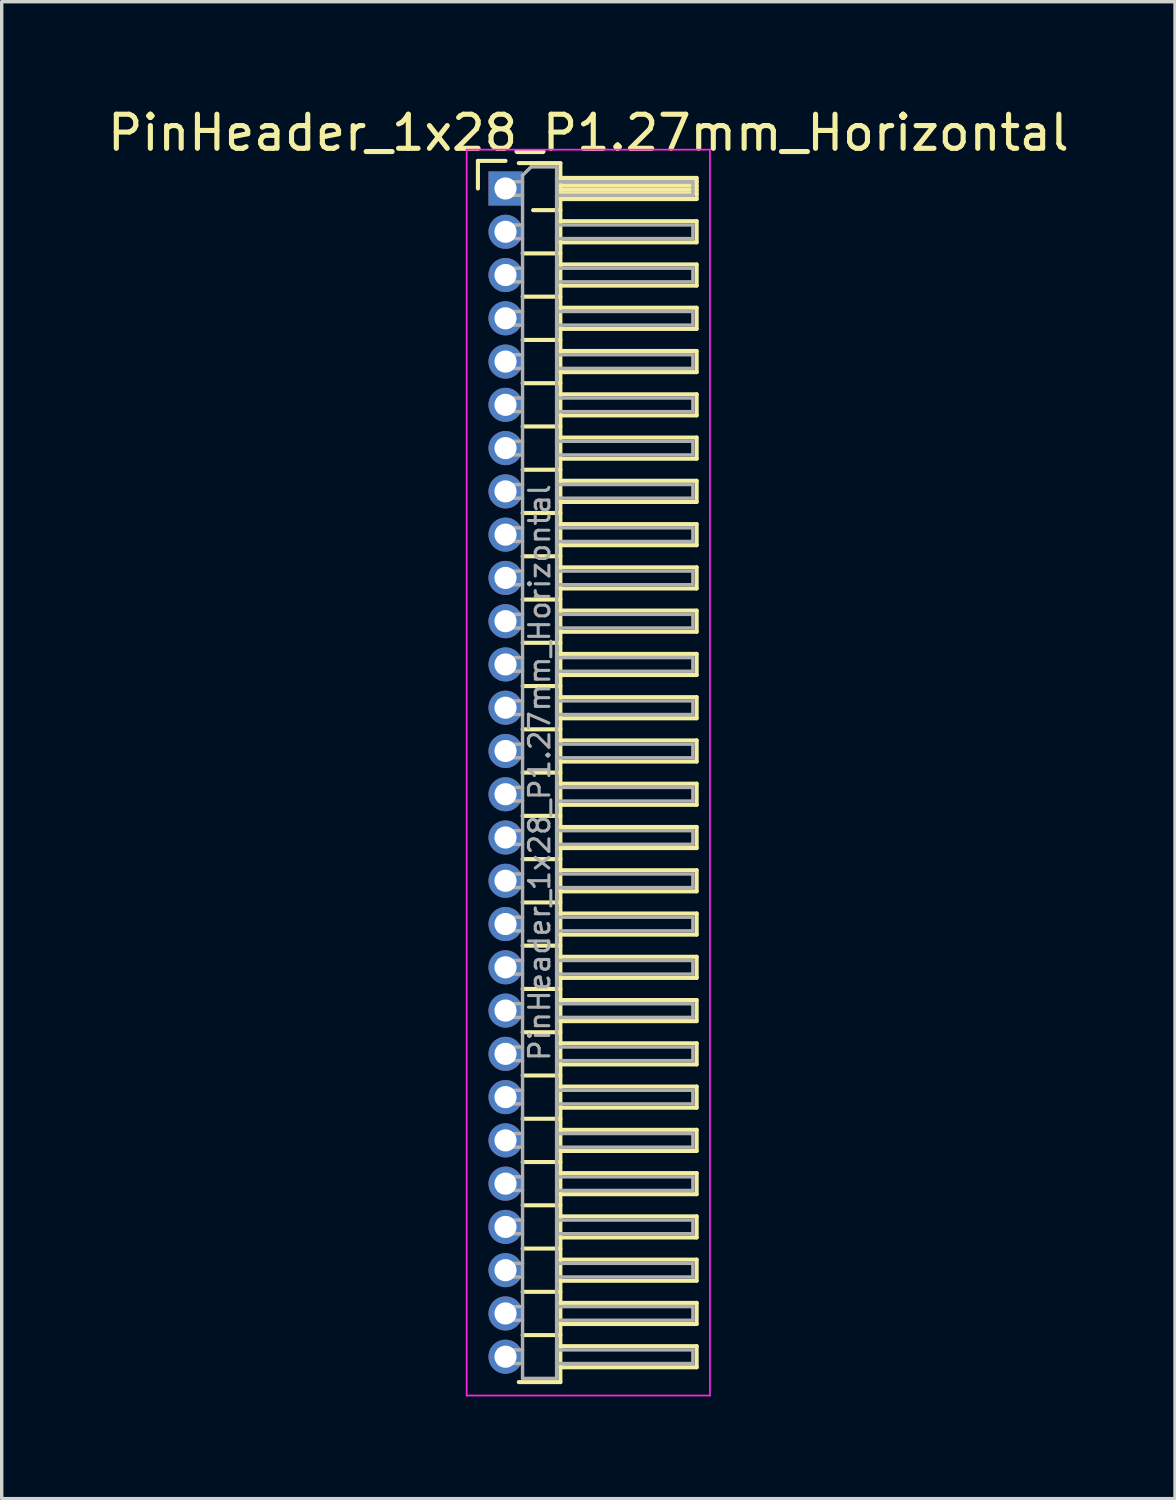
<source format=kicad_pcb>
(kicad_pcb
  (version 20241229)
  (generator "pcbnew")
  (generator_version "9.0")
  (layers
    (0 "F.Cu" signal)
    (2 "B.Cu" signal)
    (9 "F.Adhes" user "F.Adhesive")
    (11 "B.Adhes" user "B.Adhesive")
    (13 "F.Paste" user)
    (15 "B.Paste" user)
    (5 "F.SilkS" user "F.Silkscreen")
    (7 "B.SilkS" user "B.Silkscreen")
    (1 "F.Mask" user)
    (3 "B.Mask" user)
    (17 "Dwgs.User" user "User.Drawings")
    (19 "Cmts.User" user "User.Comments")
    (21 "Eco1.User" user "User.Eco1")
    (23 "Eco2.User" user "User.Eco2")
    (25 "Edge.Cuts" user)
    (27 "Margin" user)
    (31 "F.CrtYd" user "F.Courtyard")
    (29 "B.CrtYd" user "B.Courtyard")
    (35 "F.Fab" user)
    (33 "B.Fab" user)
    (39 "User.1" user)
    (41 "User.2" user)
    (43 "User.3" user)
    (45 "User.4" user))
  (footprint "PinHeader_1x28_P1.27mm_Horizontal"
    (layer "F.Cu")
    (at 11.788 2.483)
    (property "Reference" "PinHeader_1x28_P1.27mm_Horizontal" (at 2.433 -1.635 0) (layer "F.SilkS") (effects (font (size 1 1) (thickness 0.15))))
    (attr through_hole)
    (fp_line (start -0.81 -0.81) (end 0 -0.81) (stroke (width 0.12) (type solid)) (layer "F.SilkS"))
    (fp_line (start -0.81 0) (end -0.81 -0.81) (stroke (width 0.12) (type solid)) (layer "F.SilkS"))
    (fp_line (start 0.39 -0.745) (end 1.61 -0.745) (stroke (width 0.12) (type solid)) (layer "F.SilkS"))
    (fp_line (start 0.503 1.905) (end 1.61 1.905) (stroke (width 0.12) (type solid)) (layer "F.SilkS"))
    (fp_line (start 0.503 3.175) (end 1.61 3.175) (stroke (width 0.12) (type solid)) (layer "F.SilkS"))
    (fp_line (start 0.503 4.445) (end 1.61 4.445) (stroke (width 0.12) (type solid)) (layer "F.SilkS"))
    (fp_line (start 0.503 5.715) (end 1.61 5.715) (stroke (width 0.12) (type solid)) (layer "F.SilkS"))
    (fp_line (start 0.503 6.985) (end 1.61 6.985) (stroke (width 0.12) (type solid)) (layer "F.SilkS"))
    (fp_line (start 0.503 8.255) (end 1.61 8.255) (stroke (width 0.12) (type solid)) (layer "F.SilkS"))
    (fp_line (start 0.503 9.525) (end 1.61 9.525) (stroke (width 0.12) (type solid)) (layer "F.SilkS"))
    (fp_line (start 0.503 10.795) (end 1.61 10.795) (stroke (width 0.12) (type solid)) (layer "F.SilkS"))
    (fp_line (start 0.503 12.065) (end 1.61 12.065) (stroke (width 0.12) (type solid)) (layer "F.SilkS"))
    (fp_line (start 0.503 13.335) (end 1.61 13.335) (stroke (width 0.12) (type solid)) (layer "F.SilkS"))
    (fp_line (start 0.503 14.605) (end 1.61 14.605) (stroke (width 0.12) (type solid)) (layer "F.SilkS"))
    (fp_line (start 0.503 15.875) (end 1.61 15.875) (stroke (width 0.12) (type solid)) (layer "F.SilkS"))
    (fp_line (start 0.503 17.145) (end 1.61 17.145) (stroke (width 0.12) (type solid)) (layer "F.SilkS"))
    (fp_line (start 0.503 18.415) (end 1.61 18.415) (stroke (width 0.12) (type solid)) (layer "F.SilkS"))
    (fp_line (start 0.503 19.685) (end 1.61 19.685) (stroke (width 0.12) (type solid)) (layer "F.SilkS"))
    (fp_line (start 0.503 20.955) (end 1.61 20.955) (stroke (width 0.12) (type solid)) (layer "F.SilkS"))
    (fp_line (start 0.503 22.225) (end 1.61 22.225) (stroke (width 0.12) (type solid)) (layer "F.SilkS"))
    (fp_line (start 0.503 23.495) (end 1.61 23.495) (stroke (width 0.12) (type solid)) (layer "F.SilkS"))
    (fp_line (start 0.503 24.765) (end 1.61 24.765) (stroke (width 0.12) (type solid)) (layer "F.SilkS"))
    (fp_line (start 0.503 26.035) (end 1.61 26.035) (stroke (width 0.12) (type solid)) (layer "F.SilkS"))
    (fp_line (start 0.503 27.305) (end 1.61 27.305) (stroke (width 0.12) (type solid)) (layer "F.SilkS"))
    (fp_line (start 0.503 28.575) (end 1.61 28.575) (stroke (width 0.12) (type solid)) (layer "F.SilkS"))
    (fp_line (start 0.503 29.845) (end 1.61 29.845) (stroke (width 0.12) (type solid)) (layer "F.SilkS"))
    (fp_line (start 0.503 31.115) (end 1.61 31.115) (stroke (width 0.12) (type solid)) (layer "F.SilkS"))
    (fp_line (start 0.503 32.385) (end 1.61 32.385) (stroke (width 0.12) (type solid)) (layer "F.SilkS"))
    (fp_line (start 0.503 33.655) (end 1.61 33.655) (stroke (width 0.12) (type solid)) (layer "F.SilkS"))
    (fp_line (start 0.81 0.635) (end 1.61 0.635) (stroke (width 0.12) (type solid)) (layer "F.SilkS"))
    (fp_line (start 1.61 -0.745) (end 1.61 35.035) (stroke (width 0.12) (type solid)) (layer "F.SilkS"))
    (fp_line (start 1.61 -0.31) (end 5.61 -0.31) (stroke (width 0.12) (type solid)) (layer "F.SilkS"))
    (fp_line (start 1.61 -0.2) (end 5.61 -0.2) (stroke (width 0.12) (type solid)) (layer "F.SilkS"))
    (fp_line (start 1.61 -0.08) (end 5.61 -0.08) (stroke (width 0.12) (type solid)) (layer "F.SilkS"))
    (fp_line (start 1.61 0.04) (end 5.61 0.04) (stroke (width 0.12) (type solid)) (layer "F.SilkS"))
    (fp_line (start 1.61 0.16) (end 5.61 0.16) (stroke (width 0.12) (type solid)) (layer "F.SilkS"))
    (fp_line (start 1.61 0.96) (end 5.61 0.96) (stroke (width 0.12) (type solid)) (layer "F.SilkS"))
    (fp_line (start 1.61 2.23) (end 5.61 2.23) (stroke (width 0.12) (type solid)) (layer "F.SilkS"))
    (fp_line (start 1.61 3.5) (end 5.61 3.5) (stroke (width 0.12) (type solid)) (layer "F.SilkS"))
    (fp_line (start 1.61 4.77) (end 5.61 4.77) (stroke (width 0.12) (type solid)) (layer "F.SilkS"))
    (fp_line (start 1.61 6.04) (end 5.61 6.04) (stroke (width 0.12) (type solid)) (layer "F.SilkS"))
    (fp_line (start 1.61 7.31) (end 5.61 7.31) (stroke (width 0.12) (type solid)) (layer "F.SilkS"))
    (fp_line (start 1.61 8.58) (end 5.61 8.58) (stroke (width 0.12) (type solid)) (layer "F.SilkS"))
    (fp_line (start 1.61 9.85) (end 5.61 9.85) (stroke (width 0.12) (type solid)) (layer "F.SilkS"))
    (fp_line (start 1.61 11.12) (end 5.61 11.12) (stroke (width 0.12) (type solid)) (layer "F.SilkS"))
    (fp_line (start 1.61 12.39) (end 5.61 12.39) (stroke (width 0.12) (type solid)) (layer "F.SilkS"))
    (fp_line (start 1.61 13.66) (end 5.61 13.66) (stroke (width 0.12) (type solid)) (layer "F.SilkS"))
    (fp_line (start 1.61 14.93) (end 5.61 14.93) (stroke (width 0.12) (type solid)) (layer "F.SilkS"))
    (fp_line (start 1.61 16.2) (end 5.61 16.2) (stroke (width 0.12) (type solid)) (layer "F.SilkS"))
    (fp_line (start 1.61 17.47) (end 5.61 17.47) (stroke (width 0.12) (type solid)) (layer "F.SilkS"))
    (fp_line (start 1.61 18.74) (end 5.61 18.74) (stroke (width 0.12) (type solid)) (layer "F.SilkS"))
    (fp_line (start 1.61 20.01) (end 5.61 20.01) (stroke (width 0.12) (type solid)) (layer "F.SilkS"))
    (fp_line (start 1.61 21.28) (end 5.61 21.28) (stroke (width 0.12) (type solid)) (layer "F.SilkS"))
    (fp_line (start 1.61 22.55) (end 5.61 22.55) (stroke (width 0.12) (type solid)) (layer "F.SilkS"))
    (fp_line (start 1.61 23.82) (end 5.61 23.82) (stroke (width 0.12) (type solid)) (layer "F.SilkS"))
    (fp_line (start 1.61 25.09) (end 5.61 25.09) (stroke (width 0.12) (type solid)) (layer "F.SilkS"))
    (fp_line (start 1.61 26.36) (end 5.61 26.36) (stroke (width 0.12) (type solid)) (layer "F.SilkS"))
    (fp_line (start 1.61 27.63) (end 5.61 27.63) (stroke (width 0.12) (type solid)) (layer "F.SilkS"))
    (fp_line (start 1.61 28.9) (end 5.61 28.9) (stroke (width 0.12) (type solid)) (layer "F.SilkS"))
    (fp_line (start 1.61 30.17) (end 5.61 30.17) (stroke (width 0.12) (type solid)) (layer "F.SilkS"))
    (fp_line (start 1.61 31.44) (end 5.61 31.44) (stroke (width 0.12) (type solid)) (layer "F.SilkS"))
    (fp_line (start 1.61 32.71) (end 5.61 32.71) (stroke (width 0.12) (type solid)) (layer "F.SilkS"))
    (fp_line (start 1.61 33.98) (end 5.61 33.98) (stroke (width 0.12) (type solid)) (layer "F.SilkS"))
    (fp_line (start 1.61 35.035) (end 0.39 35.035) (stroke (width 0.12) (type solid)) (layer "F.SilkS"))
    (fp_line (start 5.61 -0.31) (end 5.61 0.31) (stroke (width 0.12) (type solid)) (layer "F.SilkS"))
    (fp_line (start 5.61 0.31) (end 1.61 0.31) (stroke (width 0.12) (type solid)) (layer "F.SilkS"))
    (fp_line (start 5.61 0.96) (end 5.61 1.58) (stroke (width 0.12) (type solid)) (layer "F.SilkS"))
    (fp_line (start 5.61 1.58) (end 1.61 1.58) (stroke (width 0.12) (type solid)) (layer "F.SilkS"))
    (fp_line (start 5.61 2.23) (end 5.61 2.85) (stroke (width 0.12) (type solid)) (layer "F.SilkS"))
    (fp_line (start 5.61 2.85) (end 1.61 2.85) (stroke (width 0.12) (type solid)) (layer "F.SilkS"))
    (fp_line (start 5.61 3.5) (end 5.61 4.12) (stroke (width 0.12) (type solid)) (layer "F.SilkS"))
    (fp_line (start 5.61 4.12) (end 1.61 4.12) (stroke (width 0.12) (type solid)) (layer "F.SilkS"))
    (fp_line (start 5.61 4.77) (end 5.61 5.39) (stroke (width 0.12) (type solid)) (layer "F.SilkS"))
    (fp_line (start 5.61 5.39) (end 1.61 5.39) (stroke (width 0.12) (type solid)) (layer "F.SilkS"))
    (fp_line (start 5.61 6.04) (end 5.61 6.66) (stroke (width 0.12) (type solid)) (layer "F.SilkS"))
    (fp_line (start 5.61 6.66) (end 1.61 6.66) (stroke (width 0.12) (type solid)) (layer "F.SilkS"))
    (fp_line (start 5.61 7.31) (end 5.61 7.93) (stroke (width 0.12) (type solid)) (layer "F.SilkS"))
    (fp_line (start 5.61 7.93) (end 1.61 7.93) (stroke (width 0.12) (type solid)) (layer "F.SilkS"))
    (fp_line (start 5.61 8.58) (end 5.61 9.2) (stroke (width 0.12) (type solid)) (layer "F.SilkS"))
    (fp_line (start 5.61 9.2) (end 1.61 9.2) (stroke (width 0.12) (type solid)) (layer "F.SilkS"))
    (fp_line (start 5.61 9.85) (end 5.61 10.47) (stroke (width 0.12) (type solid)) (layer "F.SilkS"))
    (fp_line (start 5.61 10.47) (end 1.61 10.47) (stroke (width 0.12) (type solid)) (layer "F.SilkS"))
    (fp_line (start 5.61 11.12) (end 5.61 11.74) (stroke (width 0.12) (type solid)) (layer "F.SilkS"))
    (fp_line (start 5.61 11.74) (end 1.61 11.74) (stroke (width 0.12) (type solid)) (layer "F.SilkS"))
    (fp_line (start 5.61 12.39) (end 5.61 13.01) (stroke (width 0.12) (type solid)) (layer "F.SilkS"))
    (fp_line (start 5.61 13.01) (end 1.61 13.01) (stroke (width 0.12) (type solid)) (layer "F.SilkS"))
    (fp_line (start 5.61 13.66) (end 5.61 14.28) (stroke (width 0.12) (type solid)) (layer "F.SilkS"))
    (fp_line (start 5.61 14.28) (end 1.61 14.28) (stroke (width 0.12) (type solid)) (layer "F.SilkS"))
    (fp_line (start 5.61 14.93) (end 5.61 15.55) (stroke (width 0.12) (type solid)) (layer "F.SilkS"))
    (fp_line (start 5.61 15.55) (end 1.61 15.55) (stroke (width 0.12) (type solid)) (layer "F.SilkS"))
    (fp_line (start 5.61 16.2) (end 5.61 16.82) (stroke (width 0.12) (type solid)) (layer "F.SilkS"))
    (fp_line (start 5.61 16.82) (end 1.61 16.82) (stroke (width 0.12) (type solid)) (layer "F.SilkS"))
    (fp_line (start 5.61 17.47) (end 5.61 18.09) (stroke (width 0.12) (type solid)) (layer "F.SilkS"))
    (fp_line (start 5.61 18.09) (end 1.61 18.09) (stroke (width 0.12) (type solid)) (layer "F.SilkS"))
    (fp_line (start 5.61 18.74) (end 5.61 19.36) (stroke (width 0.12) (type solid)) (layer "F.SilkS"))
    (fp_line (start 5.61 19.36) (end 1.61 19.36) (stroke (width 0.12) (type solid)) (layer "F.SilkS"))
    (fp_line (start 5.61 20.01) (end 5.61 20.63) (stroke (width 0.12) (type solid)) (layer "F.SilkS"))
    (fp_line (start 5.61 20.63) (end 1.61 20.63) (stroke (width 0.12) (type solid)) (layer "F.SilkS"))
    (fp_line (start 5.61 21.28) (end 5.61 21.9) (stroke (width 0.12) (type solid)) (layer "F.SilkS"))
    (fp_line (start 5.61 21.9) (end 1.61 21.9) (stroke (width 0.12) (type solid)) (layer "F.SilkS"))
    (fp_line (start 5.61 22.55) (end 5.61 23.17) (stroke (width 0.12) (type solid)) (layer "F.SilkS"))
    (fp_line (start 5.61 23.17) (end 1.61 23.17) (stroke (width 0.12) (type solid)) (layer "F.SilkS"))
    (fp_line (start 5.61 23.82) (end 5.61 24.44) (stroke (width 0.12) (type solid)) (layer "F.SilkS"))
    (fp_line (start 5.61 24.44) (end 1.61 24.44) (stroke (width 0.12) (type solid)) (layer "F.SilkS"))
    (fp_line (start 5.61 25.09) (end 5.61 25.71) (stroke (width 0.12) (type solid)) (layer "F.SilkS"))
    (fp_line (start 5.61 25.71) (end 1.61 25.71) (stroke (width 0.12) (type solid)) (layer "F.SilkS"))
    (fp_line (start 5.61 26.36) (end 5.61 26.98) (stroke (width 0.12) (type solid)) (layer "F.SilkS"))
    (fp_line (start 5.61 26.98) (end 1.61 26.98) (stroke (width 0.12) (type solid)) (layer "F.SilkS"))
    (fp_line (start 5.61 27.63) (end 5.61 28.25) (stroke (width 0.12) (type solid)) (layer "F.SilkS"))
    (fp_line (start 5.61 28.25) (end 1.61 28.25) (stroke (width 0.12) (type solid)) (layer "F.SilkS"))
    (fp_line (start 5.61 28.9) (end 5.61 29.52) (stroke (width 0.12) (type solid)) (layer "F.SilkS"))
    (fp_line (start 5.61 29.52) (end 1.61 29.52) (stroke (width 0.12) (type solid)) (layer "F.SilkS"))
    (fp_line (start 5.61 30.17) (end 5.61 30.79) (stroke (width 0.12) (type solid)) (layer "F.SilkS"))
    (fp_line (start 5.61 30.79) (end 1.61 30.79) (stroke (width 0.12) (type solid)) (layer "F.SilkS"))
    (fp_line (start 5.61 31.44) (end 5.61 32.06) (stroke (width 0.12) (type solid)) (layer "F.SilkS"))
    (fp_line (start 5.61 32.06) (end 1.61 32.06) (stroke (width 0.12) (type solid)) (layer "F.SilkS"))
    (fp_line (start 5.61 32.71) (end 5.61 33.33) (stroke (width 0.12) (type solid)) (layer "F.SilkS"))
    (fp_line (start 5.61 33.33) (end 1.61 33.33) (stroke (width 0.12) (type solid)) (layer "F.SilkS"))
    (fp_line (start 5.61 33.98) (end 5.61 34.6) (stroke (width 0.12) (type solid)) (layer "F.SilkS"))
    (fp_line (start 5.61 34.6) (end 1.61 34.6) (stroke (width 0.12) (type solid)) (layer "F.SilkS"))
    (fp_line (start -1.14 -1.14) (end -1.14 35.43) (stroke (width 0.05) (type solid)) (layer "F.CrtYd"))
    (fp_line (start -1.14 35.43) (end 6 35.43) (stroke (width 0.05) (type solid)) (layer "F.CrtYd"))
    (fp_line (start 6 -1.14) (end -1.14 -1.14) (stroke (width 0.05) (type solid)) (layer "F.CrtYd"))
    (fp_line (start 6 35.43) (end 6 -1.14) (stroke (width 0.05) (type solid)) (layer "F.CrtYd"))
    (fp_line (start -0.2 -0.2) (end -0.2 0.2) (stroke (width 0.1) (type solid)) (layer "F.Fab"))
    (fp_line (start -0.2 -0.2) (end 0.5 -0.2) (stroke (width 0.1) (type solid)) (layer "F.Fab"))
    (fp_line (start -0.2 0.2) (end 0.5 0.2) (stroke (width 0.1) (type solid)) (layer "F.Fab"))
    (fp_line (start -0.2 1.07) (end -0.2 1.47) (stroke (width 0.1) (type solid)) (layer "F.Fab"))
    (fp_line (start -0.2 1.07) (end 0.5 1.07) (stroke (width 0.1) (type solid)) (layer "F.Fab"))
    (fp_line (start -0.2 1.47) (end 0.5 1.47) (stroke (width 0.1) (type solid)) (layer "F.Fab"))
    (fp_line (start -0.2 2.34) (end -0.2 2.74) (stroke (width 0.1) (type solid)) (layer "F.Fab"))
    (fp_line (start -0.2 2.34) (end 0.5 2.34) (stroke (width 0.1) (type solid)) (layer "F.Fab"))
    (fp_line (start -0.2 2.74) (end 0.5 2.74) (stroke (width 0.1) (type solid)) (layer "F.Fab"))
    (fp_line (start -0.2 3.61) (end -0.2 4.01) (stroke (width 0.1) (type solid)) (layer "F.Fab"))
    (fp_line (start -0.2 3.61) (end 0.5 3.61) (stroke (width 0.1) (type solid)) (layer "F.Fab"))
    (fp_line (start -0.2 4.01) (end 0.5 4.01) (stroke (width 0.1) (type solid)) (layer "F.Fab"))
    (fp_line (start -0.2 4.88) (end -0.2 5.28) (stroke (width 0.1) (type solid)) (layer "F.Fab"))
    (fp_line (start -0.2 4.88) (end 0.5 4.88) (stroke (width 0.1) (type solid)) (layer "F.Fab"))
    (fp_line (start -0.2 5.28) (end 0.5 5.28) (stroke (width 0.1) (type solid)) (layer "F.Fab"))
    (fp_line (start -0.2 6.15) (end -0.2 6.55) (stroke (width 0.1) (type solid)) (layer "F.Fab"))
    (fp_line (start -0.2 6.15) (end 0.5 6.15) (stroke (width 0.1) (type solid)) (layer "F.Fab"))
    (fp_line (start -0.2 6.55) (end 0.5 6.55) (stroke (width 0.1) (type solid)) (layer "F.Fab"))
    (fp_line (start -0.2 7.42) (end -0.2 7.82) (stroke (width 0.1) (type solid)) (layer "F.Fab"))
    (fp_line (start -0.2 7.42) (end 0.5 7.42) (stroke (width 0.1) (type solid)) (layer "F.Fab"))
    (fp_line (start -0.2 7.82) (end 0.5 7.82) (stroke (width 0.1) (type solid)) (layer "F.Fab"))
    (fp_line (start -0.2 8.69) (end -0.2 9.09) (stroke (width 0.1) (type solid)) (layer "F.Fab"))
    (fp_line (start -0.2 8.69) (end 0.5 8.69) (stroke (width 0.1) (type solid)) (layer "F.Fab"))
    (fp_line (start -0.2 9.09) (end 0.5 9.09) (stroke (width 0.1) (type solid)) (layer "F.Fab"))
    (fp_line (start -0.2 9.96) (end -0.2 10.36) (stroke (width 0.1) (type solid)) (layer "F.Fab"))
    (fp_line (start -0.2 9.96) (end 0.5 9.96) (stroke (width 0.1) (type solid)) (layer "F.Fab"))
    (fp_line (start -0.2 10.36) (end 0.5 10.36) (stroke (width 0.1) (type solid)) (layer "F.Fab"))
    (fp_line (start -0.2 11.23) (end -0.2 11.63) (stroke (width 0.1) (type solid)) (layer "F.Fab"))
    (fp_line (start -0.2 11.23) (end 0.5 11.23) (stroke (width 0.1) (type solid)) (layer "F.Fab"))
    (fp_line (start -0.2 11.63) (end 0.5 11.63) (stroke (width 0.1) (type solid)) (layer "F.Fab"))
    (fp_line (start -0.2 12.5) (end -0.2 12.9) (stroke (width 0.1) (type solid)) (layer "F.Fab"))
    (fp_line (start -0.2 12.5) (end 0.5 12.5) (stroke (width 0.1) (type solid)) (layer "F.Fab"))
    (fp_line (start -0.2 12.9) (end 0.5 12.9) (stroke (width 0.1) (type solid)) (layer "F.Fab"))
    (fp_line (start -0.2 13.77) (end -0.2 14.17) (stroke (width 0.1) (type solid)) (layer "F.Fab"))
    (fp_line (start -0.2 13.77) (end 0.5 13.77) (stroke (width 0.1) (type solid)) (layer "F.Fab"))
    (fp_line (start -0.2 14.17) (end 0.5 14.17) (stroke (width 0.1) (type solid)) (layer "F.Fab"))
    (fp_line (start -0.2 15.04) (end -0.2 15.44) (stroke (width 0.1) (type solid)) (layer "F.Fab"))
    (fp_line (start -0.2 15.04) (end 0.5 15.04) (stroke (width 0.1) (type solid)) (layer "F.Fab"))
    (fp_line (start -0.2 15.44) (end 0.5 15.44) (stroke (width 0.1) (type solid)) (layer "F.Fab"))
    (fp_line (start -0.2 16.31) (end -0.2 16.71) (stroke (width 0.1) (type solid)) (layer "F.Fab"))
    (fp_line (start -0.2 16.31) (end 0.5 16.31) (stroke (width 0.1) (type solid)) (layer "F.Fab"))
    (fp_line (start -0.2 16.71) (end 0.5 16.71) (stroke (width 0.1) (type solid)) (layer "F.Fab"))
    (fp_line (start -0.2 17.58) (end -0.2 17.98) (stroke (width 0.1) (type solid)) (layer "F.Fab"))
    (fp_line (start -0.2 17.58) (end 0.5 17.58) (stroke (width 0.1) (type solid)) (layer "F.Fab"))
    (fp_line (start -0.2 17.98) (end 0.5 17.98) (stroke (width 0.1) (type solid)) (layer "F.Fab"))
    (fp_line (start -0.2 18.85) (end -0.2 19.25) (stroke (width 0.1) (type solid)) (layer "F.Fab"))
    (fp_line (start -0.2 18.85) (end 0.5 18.85) (stroke (width 0.1) (type solid)) (layer "F.Fab"))
    (fp_line (start -0.2 19.25) (end 0.5 19.25) (stroke (width 0.1) (type solid)) (layer "F.Fab"))
    (fp_line (start -0.2 20.12) (end -0.2 20.52) (stroke (width 0.1) (type solid)) (layer "F.Fab"))
    (fp_line (start -0.2 20.12) (end 0.5 20.12) (stroke (width 0.1) (type solid)) (layer "F.Fab"))
    (fp_line (start -0.2 20.52) (end 0.5 20.52) (stroke (width 0.1) (type solid)) (layer "F.Fab"))
    (fp_line (start -0.2 21.39) (end -0.2 21.79) (stroke (width 0.1) (type solid)) (layer "F.Fab"))
    (fp_line (start -0.2 21.39) (end 0.5 21.39) (stroke (width 0.1) (type solid)) (layer "F.Fab"))
    (fp_line (start -0.2 21.79) (end 0.5 21.79) (stroke (width 0.1) (type solid)) (layer "F.Fab"))
    (fp_line (start -0.2 22.66) (end -0.2 23.06) (stroke (width 0.1) (type solid)) (layer "F.Fab"))
    (fp_line (start -0.2 22.66) (end 0.5 22.66) (stroke (width 0.1) (type solid)) (layer "F.Fab"))
    (fp_line (start -0.2 23.06) (end 0.5 23.06) (stroke (width 0.1) (type solid)) (layer "F.Fab"))
    (fp_line (start -0.2 23.93) (end -0.2 24.33) (stroke (width 0.1) (type solid)) (layer "F.Fab"))
    (fp_line (start -0.2 23.93) (end 0.5 23.93) (stroke (width 0.1) (type solid)) (layer "F.Fab"))
    (fp_line (start -0.2 24.33) (end 0.5 24.33) (stroke (width 0.1) (type solid)) (layer "F.Fab"))
    (fp_line (start -0.2 25.2) (end -0.2 25.6) (stroke (width 0.1) (type solid)) (layer "F.Fab"))
    (fp_line (start -0.2 25.2) (end 0.5 25.2) (stroke (width 0.1) (type solid)) (layer "F.Fab"))
    (fp_line (start -0.2 25.6) (end 0.5 25.6) (stroke (width 0.1) (type solid)) (layer "F.Fab"))
    (fp_line (start -0.2 26.47) (end -0.2 26.87) (stroke (width 0.1) (type solid)) (layer "F.Fab"))
    (fp_line (start -0.2 26.47) (end 0.5 26.47) (stroke (width 0.1) (type solid)) (layer "F.Fab"))
    (fp_line (start -0.2 26.87) (end 0.5 26.87) (stroke (width 0.1) (type solid)) (layer "F.Fab"))
    (fp_line (start -0.2 27.74) (end -0.2 28.14) (stroke (width 0.1) (type solid)) (layer "F.Fab"))
    (fp_line (start -0.2 27.74) (end 0.5 27.74) (stroke (width 0.1) (type solid)) (layer "F.Fab"))
    (fp_line (start -0.2 28.14) (end 0.5 28.14) (stroke (width 0.1) (type solid)) (layer "F.Fab"))
    (fp_line (start -0.2 29.01) (end -0.2 29.41) (stroke (width 0.1) (type solid)) (layer "F.Fab"))
    (fp_line (start -0.2 29.01) (end 0.5 29.01) (stroke (width 0.1) (type solid)) (layer "F.Fab"))
    (fp_line (start -0.2 29.41) (end 0.5 29.41) (stroke (width 0.1) (type solid)) (layer "F.Fab"))
    (fp_line (start -0.2 30.28) (end -0.2 30.68) (stroke (width 0.1) (type solid)) (layer "F.Fab"))
    (fp_line (start -0.2 30.28) (end 0.5 30.28) (stroke (width 0.1) (type solid)) (layer "F.Fab"))
    (fp_line (start -0.2 30.68) (end 0.5 30.68) (stroke (width 0.1) (type solid)) (layer "F.Fab"))
    (fp_line (start -0.2 31.55) (end -0.2 31.95) (stroke (width 0.1) (type solid)) (layer "F.Fab"))
    (fp_line (start -0.2 31.55) (end 0.5 31.55) (stroke (width 0.1) (type solid)) (layer "F.Fab"))
    (fp_line (start -0.2 31.95) (end 0.5 31.95) (stroke (width 0.1) (type solid)) (layer "F.Fab"))
    (fp_line (start -0.2 32.82) (end -0.2 33.22) (stroke (width 0.1) (type solid)) (layer "F.Fab"))
    (fp_line (start -0.2 32.82) (end 0.5 32.82) (stroke (width 0.1) (type solid)) (layer "F.Fab"))
    (fp_line (start -0.2 33.22) (end 0.5 33.22) (stroke (width 0.1) (type solid)) (layer "F.Fab"))
    (fp_line (start -0.2 34.09) (end -0.2 34.49) (stroke (width 0.1) (type solid)) (layer "F.Fab"))
    (fp_line (start -0.2 34.09) (end 0.5 34.09) (stroke (width 0.1) (type solid)) (layer "F.Fab"))
    (fp_line (start -0.2 34.49) (end 0.5 34.49) (stroke (width 0.1) (type solid)) (layer "F.Fab"))
    (fp_line (start 0.5 -0.385) (end 0.75 -0.635) (stroke (width 0.1) (type solid)) (layer "F.Fab"))
    (fp_line (start 0.5 34.925) (end 0.5 -0.385) (stroke (width 0.1) (type solid)) (layer "F.Fab"))
    (fp_line (start 0.75 -0.635) (end 1.5 -0.635) (stroke (width 0.1) (type solid)) (layer "F.Fab"))
    (fp_line (start 1.5 -0.635) (end 1.5 34.925) (stroke (width 0.1) (type solid)) (layer "F.Fab"))
    (fp_line (start 1.5 -0.2) (end 5.5 -0.2) (stroke (width 0.1) (type solid)) (layer "F.Fab"))
    (fp_line (start 1.5 0.2) (end 5.5 0.2) (stroke (width 0.1) (type solid)) (layer "F.Fab"))
    (fp_line (start 1.5 1.07) (end 5.5 1.07) (stroke (width 0.1) (type solid)) (layer "F.Fab"))
    (fp_line (start 1.5 1.47) (end 5.5 1.47) (stroke (width 0.1) (type solid)) (layer "F.Fab"))
    (fp_line (start 1.5 2.34) (end 5.5 2.34) (stroke (width 0.1) (type solid)) (layer "F.Fab"))
    (fp_line (start 1.5 2.74) (end 5.5 2.74) (stroke (width 0.1) (type solid)) (layer "F.Fab"))
    (fp_line (start 1.5 3.61) (end 5.5 3.61) (stroke (width 0.1) (type solid)) (layer "F.Fab"))
    (fp_line (start 1.5 4.01) (end 5.5 4.01) (stroke (width 0.1) (type solid)) (layer "F.Fab"))
    (fp_line (start 1.5 4.88) (end 5.5 4.88) (stroke (width 0.1) (type solid)) (layer "F.Fab"))
    (fp_line (start 1.5 5.28) (end 5.5 5.28) (stroke (width 0.1) (type solid)) (layer "F.Fab"))
    (fp_line (start 1.5 6.15) (end 5.5 6.15) (stroke (width 0.1) (type solid)) (layer "F.Fab"))
    (fp_line (start 1.5 6.55) (end 5.5 6.55) (stroke (width 0.1) (type solid)) (layer "F.Fab"))
    (fp_line (start 1.5 7.42) (end 5.5 7.42) (stroke (width 0.1) (type solid)) (layer "F.Fab"))
    (fp_line (start 1.5 7.82) (end 5.5 7.82) (stroke (width 0.1) (type solid)) (layer "F.Fab"))
    (fp_line (start 1.5 8.69) (end 5.5 8.69) (stroke (width 0.1) (type solid)) (layer "F.Fab"))
    (fp_line (start 1.5 9.09) (end 5.5 9.09) (stroke (width 0.1) (type solid)) (layer "F.Fab"))
    (fp_line (start 1.5 9.96) (end 5.5 9.96) (stroke (width 0.1) (type solid)) (layer "F.Fab"))
    (fp_line (start 1.5 10.36) (end 5.5 10.36) (stroke (width 0.1) (type solid)) (layer "F.Fab"))
    (fp_line (start 1.5 11.23) (end 5.5 11.23) (stroke (width 0.1) (type solid)) (layer "F.Fab"))
    (fp_line (start 1.5 11.63) (end 5.5 11.63) (stroke (width 0.1) (type solid)) (layer "F.Fab"))
    (fp_line (start 1.5 12.5) (end 5.5 12.5) (stroke (width 0.1) (type solid)) (layer "F.Fab"))
    (fp_line (start 1.5 12.9) (end 5.5 12.9) (stroke (width 0.1) (type solid)) (layer "F.Fab"))
    (fp_line (start 1.5 13.77) (end 5.5 13.77) (stroke (width 0.1) (type solid)) (layer "F.Fab"))
    (fp_line (start 1.5 14.17) (end 5.5 14.17) (stroke (width 0.1) (type solid)) (layer "F.Fab"))
    (fp_line (start 1.5 15.04) (end 5.5 15.04) (stroke (width 0.1) (type solid)) (layer "F.Fab"))
    (fp_line (start 1.5 15.44) (end 5.5 15.44) (stroke (width 0.1) (type solid)) (layer "F.Fab"))
    (fp_line (start 1.5 16.31) (end 5.5 16.31) (stroke (width 0.1) (type solid)) (layer "F.Fab"))
    (fp_line (start 1.5 16.71) (end 5.5 16.71) (stroke (width 0.1) (type solid)) (layer "F.Fab"))
    (fp_line (start 1.5 17.58) (end 5.5 17.58) (stroke (width 0.1) (type solid)) (layer "F.Fab"))
    (fp_line (start 1.5 17.98) (end 5.5 17.98) (stroke (width 0.1) (type solid)) (layer "F.Fab"))
    (fp_line (start 1.5 18.85) (end 5.5 18.85) (stroke (width 0.1) (type solid)) (layer "F.Fab"))
    (fp_line (start 1.5 19.25) (end 5.5 19.25) (stroke (width 0.1) (type solid)) (layer "F.Fab"))
    (fp_line (start 1.5 20.12) (end 5.5 20.12) (stroke (width 0.1) (type solid)) (layer "F.Fab"))
    (fp_line (start 1.5 20.52) (end 5.5 20.52) (stroke (width 0.1) (type solid)) (layer "F.Fab"))
    (fp_line (start 1.5 21.39) (end 5.5 21.39) (stroke (width 0.1) (type solid)) (layer "F.Fab"))
    (fp_line (start 1.5 21.79) (end 5.5 21.79) (stroke (width 0.1) (type solid)) (layer "F.Fab"))
    (fp_line (start 1.5 22.66) (end 5.5 22.66) (stroke (width 0.1) (type solid)) (layer "F.Fab"))
    (fp_line (start 1.5 23.06) (end 5.5 23.06) (stroke (width 0.1) (type solid)) (layer "F.Fab"))
    (fp_line (start 1.5 23.93) (end 5.5 23.93) (stroke (width 0.1) (type solid)) (layer "F.Fab"))
    (fp_line (start 1.5 24.33) (end 5.5 24.33) (stroke (width 0.1) (type solid)) (layer "F.Fab"))
    (fp_line (start 1.5 25.2) (end 5.5 25.2) (stroke (width 0.1) (type solid)) (layer "F.Fab"))
    (fp_line (start 1.5 25.6) (end 5.5 25.6) (stroke (width 0.1) (type solid)) (layer "F.Fab"))
    (fp_line (start 1.5 26.47) (end 5.5 26.47) (stroke (width 0.1) (type solid)) (layer "F.Fab"))
    (fp_line (start 1.5 26.87) (end 5.5 26.87) (stroke (width 0.1) (type solid)) (layer "F.Fab"))
    (fp_line (start 1.5 27.74) (end 5.5 27.74) (stroke (width 0.1) (type solid)) (layer "F.Fab"))
    (fp_line (start 1.5 28.14) (end 5.5 28.14) (stroke (width 0.1) (type solid)) (layer "F.Fab"))
    (fp_line (start 1.5 29.01) (end 5.5 29.01) (stroke (width 0.1) (type solid)) (layer "F.Fab"))
    (fp_line (start 1.5 29.41) (end 5.5 29.41) (stroke (width 0.1) (type solid)) (layer "F.Fab"))
    (fp_line (start 1.5 30.28) (end 5.5 30.28) (stroke (width 0.1) (type solid)) (layer "F.Fab"))
    (fp_line (start 1.5 30.68) (end 5.5 30.68) (stroke (width 0.1) (type solid)) (layer "F.Fab"))
    (fp_line (start 1.5 31.55) (end 5.5 31.55) (stroke (width 0.1) (type solid)) (layer "F.Fab"))
    (fp_line (start 1.5 31.95) (end 5.5 31.95) (stroke (width 0.1) (type solid)) (layer "F.Fab"))
    (fp_line (start 1.5 32.82) (end 5.5 32.82) (stroke (width 0.1) (type solid)) (layer "F.Fab"))
    (fp_line (start 1.5 33.22) (end 5.5 33.22) (stroke (width 0.1) (type solid)) (layer "F.Fab"))
    (fp_line (start 1.5 34.09) (end 5.5 34.09) (stroke (width 0.1) (type solid)) (layer "F.Fab"))
    (fp_line (start 1.5 34.49) (end 5.5 34.49) (stroke (width 0.1) (type solid)) (layer "F.Fab"))
    (fp_line (start 1.5 34.925) (end 0.5 34.925) (stroke (width 0.1) (type solid)) (layer "F.Fab"))
    (fp_line (start 5.5 -0.2) (end 5.5 0.2) (stroke (width 0.1) (type solid)) (layer "F.Fab"))
    (fp_line (start 5.5 1.07) (end 5.5 1.47) (stroke (width 0.1) (type solid)) (layer "F.Fab"))
    (fp_line (start 5.5 2.34) (end 5.5 2.74) (stroke (width 0.1) (type solid)) (layer "F.Fab"))
    (fp_line (start 5.5 3.61) (end 5.5 4.01) (stroke (width 0.1) (type solid)) (layer "F.Fab"))
    (fp_line (start 5.5 4.88) (end 5.5 5.28) (stroke (width 0.1) (type solid)) (layer "F.Fab"))
    (fp_line (start 5.5 6.15) (end 5.5 6.55) (stroke (width 0.1) (type solid)) (layer "F.Fab"))
    (fp_line (start 5.5 7.42) (end 5.5 7.82) (stroke (width 0.1) (type solid)) (layer "F.Fab"))
    (fp_line (start 5.5 8.69) (end 5.5 9.09) (stroke (width 0.1) (type solid)) (layer "F.Fab"))
    (fp_line (start 5.5 9.96) (end 5.5 10.36) (stroke (width 0.1) (type solid)) (layer "F.Fab"))
    (fp_line (start 5.5 11.23) (end 5.5 11.63) (stroke (width 0.1) (type solid)) (layer "F.Fab"))
    (fp_line (start 5.5 12.5) (end 5.5 12.9) (stroke (width 0.1) (type solid)) (layer "F.Fab"))
    (fp_line (start 5.5 13.77) (end 5.5 14.17) (stroke (width 0.1) (type solid)) (layer "F.Fab"))
    (fp_line (start 5.5 15.04) (end 5.5 15.44) (stroke (width 0.1) (type solid)) (layer "F.Fab"))
    (fp_line (start 5.5 16.31) (end 5.5 16.71) (stroke (width 0.1) (type solid)) (layer "F.Fab"))
    (fp_line (start 5.5 17.58) (end 5.5 17.98) (stroke (width 0.1) (type solid)) (layer "F.Fab"))
    (fp_line (start 5.5 18.85) (end 5.5 19.25) (stroke (width 0.1) (type solid)) (layer "F.Fab"))
    (fp_line (start 5.5 20.12) (end 5.5 20.52) (stroke (width 0.1) (type solid)) (layer "F.Fab"))
    (fp_line (start 5.5 21.39) (end 5.5 21.79) (stroke (width 0.1) (type solid)) (layer "F.Fab"))
    (fp_line (start 5.5 22.66) (end 5.5 23.06) (stroke (width 0.1) (type solid)) (layer "F.Fab"))
    (fp_line (start 5.5 23.93) (end 5.5 24.33) (stroke (width 0.1) (type solid)) (layer "F.Fab"))
    (fp_line (start 5.5 25.2) (end 5.5 25.6) (stroke (width 0.1) (type solid)) (layer "F.Fab"))
    (fp_line (start 5.5 26.47) (end 5.5 26.87) (stroke (width 0.1) (type solid)) (layer "F.Fab"))
    (fp_line (start 5.5 27.74) (end 5.5 28.14) (stroke (width 0.1) (type solid)) (layer "F.Fab"))
    (fp_line (start 5.5 29.01) (end 5.5 29.41) (stroke (width 0.1) (type solid)) (layer "F.Fab"))
    (fp_line (start 5.5 30.28) (end 5.5 30.68) (stroke (width 0.1) (type solid)) (layer "F.Fab"))
    (fp_line (start 5.5 31.55) (end 5.5 31.95) (stroke (width 0.1) (type solid)) (layer "F.Fab"))
    (fp_line (start 5.5 32.82) (end 5.5 33.22) (stroke (width 0.1) (type solid)) (layer "F.Fab"))
    (fp_line (start 5.5 34.09) (end 5.5 34.49) (stroke (width 0.1) (type solid)) (layer "F.Fab"))
    (fp_text user "${REFERENCE}" (at 1 17.145 90) (layer "F.Fab") (effects (font (size 0.6 0.6) (thickness 0.09))))
    (pad "1" thru_hole rect (at 0 0) (size 1 1) (drill 0.65) (layers "*.Cu" "*.Mask"))
    (pad "2" thru_hole circle (at 0 1.27) (size 1 1) (drill 0.65) (layers "*.Cu" "*.Mask"))
    (pad "3" thru_hole circle (at 0 2.54) (size 1 1) (drill 0.65) (layers "*.Cu" "*.Mask"))
    (pad "4" thru_hole circle (at 0 3.81) (size 1 1) (drill 0.65) (layers "*.Cu" "*.Mask"))
    (pad "5" thru_hole circle (at 0 5.08) (size 1 1) (drill 0.65) (layers "*.Cu" "*.Mask"))
    (pad "6" thru_hole circle (at 0 6.35) (size 1 1) (drill 0.65) (layers "*.Cu" "*.Mask"))
    (pad "7" thru_hole circle (at 0 7.62) (size 1 1) (drill 0.65) (layers "*.Cu" "*.Mask"))
    (pad "8" thru_hole circle (at 0 8.89) (size 1 1) (drill 0.65) (layers "*.Cu" "*.Mask"))
    (pad "9" thru_hole circle (at 0 10.16) (size 1 1) (drill 0.65) (layers "*.Cu" "*.Mask"))
    (pad "10" thru_hole circle (at 0 11.43) (size 1 1) (drill 0.65) (layers "*.Cu" "*.Mask"))
    (pad "11" thru_hole circle (at 0 12.7) (size 1 1) (drill 0.65) (layers "*.Cu" "*.Mask"))
    (pad "12" thru_hole circle (at 0 13.97) (size 1 1) (drill 0.65) (layers "*.Cu" "*.Mask"))
    (pad "13" thru_hole circle (at 0 15.24) (size 1 1) (drill 0.65) (layers "*.Cu" "*.Mask"))
    (pad "14" thru_hole circle (at 0 16.51) (size 1 1) (drill 0.65) (layers "*.Cu" "*.Mask"))
    (pad "15" thru_hole circle (at 0 17.78) (size 1 1) (drill 0.65) (layers "*.Cu" "*.Mask"))
    (pad "16" thru_hole circle (at 0 19.05) (size 1 1) (drill 0.65) (layers "*.Cu" "*.Mask"))
    (pad "17" thru_hole circle (at 0 20.32) (size 1 1) (drill 0.65) (layers "*.Cu" "*.Mask"))
    (pad "18" thru_hole circle (at 0 21.59) (size 1 1) (drill 0.65) (layers "*.Cu" "*.Mask"))
    (pad "19" thru_hole circle (at 0 22.86) (size 1 1) (drill 0.65) (layers "*.Cu" "*.Mask"))
    (pad "20" thru_hole circle (at 0 24.13) (size 1 1) (drill 0.65) (layers "*.Cu" "*.Mask"))
    (pad "21" thru_hole circle (at 0 25.4) (size 1 1) (drill 0.65) (layers "*.Cu" "*.Mask"))
    (pad "22" thru_hole circle (at 0 26.67) (size 1 1) (drill 0.65) (layers "*.Cu" "*.Mask"))
    (pad "23" thru_hole circle (at 0 27.94) (size 1 1) (drill 0.65) (layers "*.Cu" "*.Mask"))
    (pad "24" thru_hole circle (at 0 29.21) (size 1 1) (drill 0.65) (layers "*.Cu" "*.Mask"))
    (pad "25" thru_hole circle (at 0 30.48) (size 1 1) (drill 0.65) (layers "*.Cu" "*.Mask"))
    (pad "26" thru_hole circle (at 0 31.75) (size 1 1) (drill 0.65) (layers "*.Cu" "*.Mask"))
    (pad "27" thru_hole circle (at 0 33.02) (size 1 1) (drill 0.65) (layers "*.Cu" "*.Mask"))
    (pad "28" thru_hole circle (at 0 34.29) (size 1 1) (drill 0.65) (layers "*.Cu" "*.Mask")))
  (gr_rect
    (start -3 -3)
    (end 31.44 40.938)
    (stroke (width 0.1) (type default))
    (fill no)
    (layer "Edge.Cuts")))
</source>
